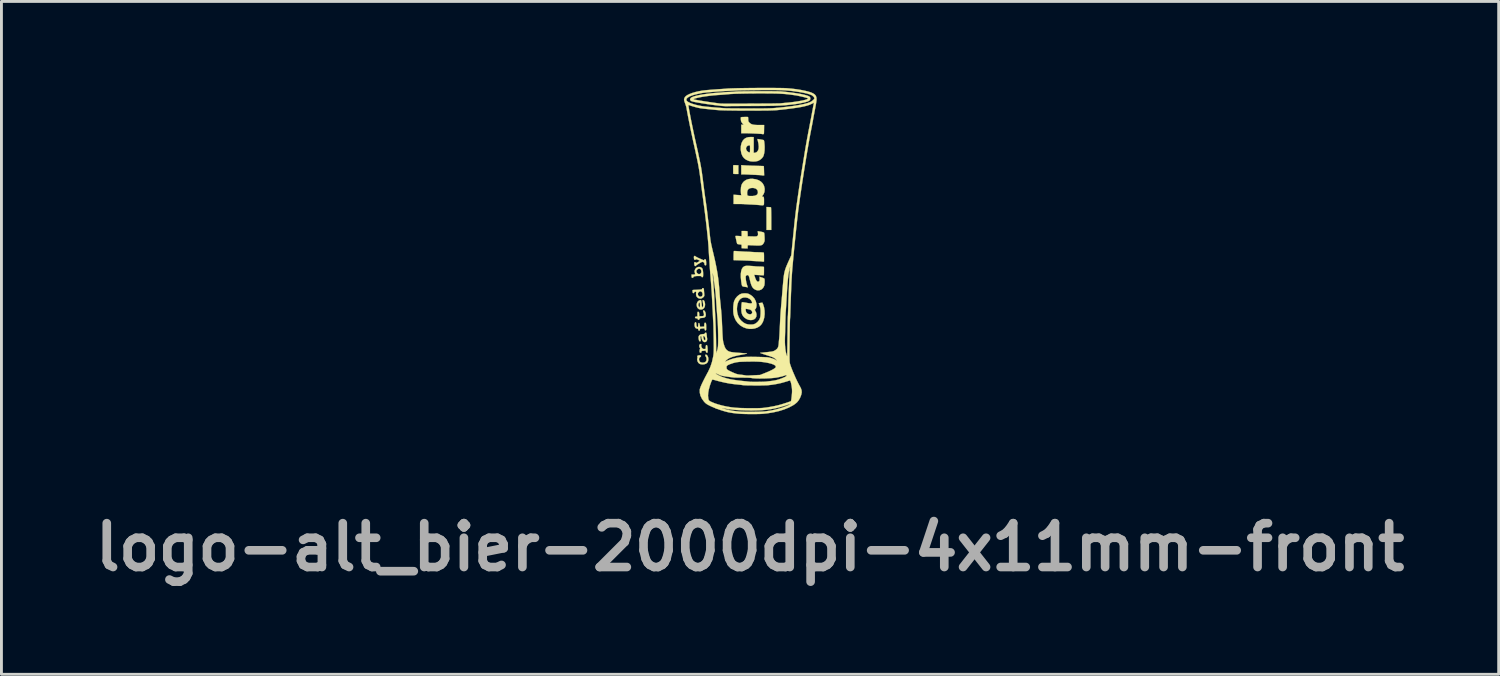
<source format=kicad_pcb>
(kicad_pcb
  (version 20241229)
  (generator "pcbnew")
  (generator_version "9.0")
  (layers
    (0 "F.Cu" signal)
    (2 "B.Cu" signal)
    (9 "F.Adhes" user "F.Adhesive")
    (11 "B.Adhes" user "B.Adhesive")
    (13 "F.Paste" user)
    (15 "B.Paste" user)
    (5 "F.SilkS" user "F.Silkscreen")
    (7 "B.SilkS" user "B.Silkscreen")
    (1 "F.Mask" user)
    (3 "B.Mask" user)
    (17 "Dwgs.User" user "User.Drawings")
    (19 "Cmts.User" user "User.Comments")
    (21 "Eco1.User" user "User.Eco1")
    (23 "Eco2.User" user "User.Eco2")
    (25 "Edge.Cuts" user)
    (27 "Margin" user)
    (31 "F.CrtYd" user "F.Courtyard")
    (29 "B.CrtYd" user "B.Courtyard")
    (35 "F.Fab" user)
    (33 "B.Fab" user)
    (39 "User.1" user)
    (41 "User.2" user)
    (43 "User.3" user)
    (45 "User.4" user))
  (footprint "logo-alt_bier-2000dpi-4x11mm-front"
    (layer "F.Cu")
    (at 23.012 5.663)
    (property "Reference" "logo-alt_bier-2000dpi-4x11mm-front" (at 0 10.3 0) (layer "F.Fab") (effects (font (size 1.524 1.524) (thickness 0.3))))
    (attr through_hole)
    (fp_poly (pts (xy 0.645 -1.517) (xy 0.686 -1.515) (xy 0.716 -1.513) (xy 0.727 -1.512) (xy 0.729 -1.5) (xy 0.732 -1.465) (xy 0.733 -1.411) (xy 0.735 -1.341) (xy 0.736 -1.257) (xy 0.737 -1.164) (xy 0.737 -1.118) (xy 0.737 -0.724) (xy 0.572 -0.724) (xy 0.572 -1.52) (xy 0.645 -1.517)) (stroke (width 0.01) (type solid)) (fill yes) (layer "F.SilkS"))
    (fp_poly (pts (xy -0.495 -2.974) (xy -0.406 -2.97) (xy -0.406 -2.667) (xy -0.495 -2.667) (xy -0.547 -2.669) (xy -0.576 -2.674) (xy -0.585 -2.683) (xy -0.585 -2.708) (xy -0.585 -2.75) (xy -0.585 -2.801) (xy -0.586 -2.855) (xy -0.586 -2.904) (xy -0.585 -2.941) (xy -0.585 -2.959) (xy -0.58 -2.969) (xy -0.563 -2.974) (xy -0.528 -2.975) (xy -0.495 -2.974)) (stroke (width 0.01) (type solid)) (fill yes) (layer "F.SilkS"))
    (fp_poly (pts (xy -0.187 -2.967) (xy -0.138 -2.964) (xy -0.069 -2.961) (xy 0.013 -2.958) (xy 0.102 -2.954) (xy 0.192 -2.952) (xy 0.203 -2.951) (xy 0.284 -2.949) (xy 0.355 -2.947) (xy 0.413 -2.945) (xy 0.455 -2.943) (xy 0.476 -2.942) (xy 0.478 -2.942) (xy 0.479 -2.929) (xy 0.481 -2.896) (xy 0.483 -2.847) (xy 0.485 -2.787) (xy 0.485 -2.778) (xy 0.49 -2.616) (xy 0.45 -2.616) (xy 0.421 -2.618) (xy 0.405 -2.622) (xy 0.405 -2.622) (xy 0.391 -2.625) (xy 0.356 -2.628) (xy 0.305 -2.631) (xy 0.242 -2.634) (xy 0.209 -2.636) (xy 0.136 -2.639) (xy 0.067 -2.642) (xy 0.007 -2.645) (xy -0.035 -2.647) (xy -0.044 -2.648) (xy -0.09 -2.65) (xy -0.148 -2.652) (xy -0.206 -2.653) (xy -0.305 -2.654) (xy -0.305 -2.975) (xy -0.187 -2.967)) (stroke (width 0.01) (type solid)) (fill yes) (layer "F.SilkS"))
    (fp_poly (pts (xy -1.528 3.609) (xy -1.499 3.626) (xy -1.473 3.662) (xy -1.455 3.708) (xy -1.448 3.759) (xy -1.448 3.762) (xy -1.457 3.834) (xy -1.485 3.889) (xy -1.532 3.926) (xy -1.596 3.946) (xy -1.645 3.95) (xy -1.71 3.944) (xy -1.757 3.927) (xy -1.761 3.925) (xy -1.799 3.889) (xy -1.825 3.839) (xy -1.837 3.784) (xy -1.832 3.741) (xy -1.826 3.708) (xy -1.829 3.683) (xy -1.83 3.682) (xy -1.833 3.659) (xy -1.814 3.642) (xy -1.777 3.633) (xy -1.757 3.632) (xy -1.722 3.634) (xy -1.706 3.641) (xy -1.702 3.657) (xy -1.702 3.658) (xy -1.713 3.683) (xy -1.732 3.695) (xy -1.759 3.717) (xy -1.773 3.753) (xy -1.772 3.795) (xy -1.759 3.835) (xy -1.733 3.865) (xy -1.723 3.871) (xy -1.669 3.888) (xy -1.612 3.887) (xy -1.563 3.871) (xy -1.542 3.855) (xy -1.518 3.814) (xy -1.51 3.763) (xy -1.519 3.712) (xy -1.538 3.678) (xy -1.555 3.647) (xy -1.555 3.622) (xy -1.541 3.609) (xy -1.528 3.609)) (stroke (width 0.01) (type solid)) (fill yes) (layer "F.SilkS"))
    (fp_poly (pts (xy -1.584 2.084) (xy -1.564 2.114) (xy -1.548 2.156) (xy -1.539 2.205) (xy -1.538 2.224) (xy -1.543 2.272) (xy -1.564 2.305) (xy -1.604 2.325) (xy -1.665 2.334) (xy -1.668 2.334) (xy -1.713 2.338) (xy -1.739 2.344) (xy -1.751 2.354) (xy -1.755 2.367) (xy -1.766 2.389) (xy -1.786 2.399) (xy -1.806 2.396) (xy -1.816 2.38) (xy -1.816 2.377) (xy -1.822 2.359) (xy -1.842 2.35) (xy -1.864 2.347) (xy -1.896 2.341) (xy -1.91 2.329) (xy -1.911 2.318) (xy -1.905 2.299) (xy -1.881 2.29) (xy -1.87 2.288) (xy -1.829 2.284) (xy -1.829 2.203) (xy -1.828 2.158) (xy -1.824 2.133) (xy -1.816 2.123) (xy -1.805 2.121) (xy -1.784 2.128) (xy -1.771 2.15) (xy -1.766 2.192) (xy -1.765 2.217) (xy -1.765 2.273) (xy -1.703 2.273) (xy -1.662 2.272) (xy -1.629 2.268) (xy -1.62 2.266) (xy -1.605 2.247) (xy -1.601 2.212) (xy -1.609 2.166) (xy -1.62 2.137) (xy -1.631 2.1) (xy -1.627 2.079) (xy -1.626 2.078) (xy -1.605 2.071) (xy -1.584 2.084)) (stroke (width 0.01) (type solid)) (fill yes) (layer "F.SilkS"))
    (fp_poly (pts (xy -1.702 1.723) (xy -1.692 1.751) (xy -1.685 1.801) (xy -1.682 1.841) (xy -1.677 1.895) (xy -1.672 1.937) (xy -1.666 1.963) (xy -1.663 1.968) (xy -1.649 1.959) (xy -1.637 1.941) (xy -1.629 1.909) (xy -1.63 1.859) (xy -1.64 1.787) (xy -1.646 1.755) (xy -1.65 1.726) (xy -1.644 1.716) (xy -1.624 1.717) (xy -1.599 1.732) (xy -1.58 1.769) (xy -1.567 1.823) (xy -1.563 1.877) (xy -1.572 1.94) (xy -1.599 1.991) (xy -1.639 2.026) (xy -1.689 2.043) (xy -1.744 2.04) (xy -1.781 2.025) (xy -1.821 1.99) (xy -1.845 1.942) (xy -1.854 1.886) (xy -1.852 1.868) (xy -1.796 1.868) (xy -1.795 1.896) (xy -1.785 1.924) (xy -1.768 1.958) (xy -1.754 1.967) (xy -1.745 1.951) (xy -1.74 1.911) (xy -1.74 1.887) (xy -1.742 1.834) (xy -1.75 1.804) (xy -1.761 1.798) (xy -1.776 1.816) (xy -1.785 1.834) (xy -1.796 1.868) (xy -1.852 1.868) (xy -1.848 1.83) (xy -1.827 1.779) (xy -1.791 1.741) (xy -1.778 1.734) (xy -1.742 1.717) (xy -1.718 1.712) (xy -1.702 1.723)) (stroke (width 0.01) (type solid)) (fill yes) (layer "F.SilkS"))
    (fp_poly (pts (xy -1.695 3.242) (xy -1.691 3.257) (xy -1.695 3.284) (xy -1.697 3.319) (xy -1.687 3.348) (xy -1.67 3.374) (xy -1.645 3.402) (xy -1.621 3.413) (xy -1.589 3.414) (xy -1.543 3.41) (xy -1.539 3.343) (xy -1.535 3.303) (xy -1.528 3.283) (xy -1.515 3.277) (xy -1.512 3.277) (xy -1.496 3.285) (xy -1.484 3.313) (xy -1.477 3.362) (xy -1.474 3.434) (xy -1.473 3.458) (xy -1.474 3.503) (xy -1.477 3.529) (xy -1.485 3.541) (xy -1.498 3.543) (xy -1.499 3.543) (xy -1.52 3.535) (xy -1.532 3.506) (xy -1.532 3.504) (xy -1.541 3.477) (xy -1.555 3.469) (xy -1.578 3.472) (xy -1.62 3.478) (xy -1.653 3.48) (xy -1.679 3.484) (xy -1.688 3.499) (xy -1.689 3.512) (xy -1.695 3.537) (xy -1.712 3.543) (xy -1.737 3.539) (xy -1.744 3.535) (xy -1.751 3.516) (xy -1.753 3.484) (xy -1.75 3.45) (xy -1.744 3.423) (xy -1.738 3.413) (xy -1.731 3.403) (xy -1.743 3.379) (xy -1.744 3.378) (xy -1.762 3.337) (xy -1.765 3.297) (xy -1.754 3.263) (xy -1.729 3.242) (xy -1.711 3.239) (xy -1.695 3.242)) (stroke (width 0.01) (type solid)) (fill yes) (layer "F.SilkS"))
    (fp_poly (pts (xy -0.503 0.01) (xy -0.455 0.013) (xy -0.442 0.014) (xy -0.392 0.018) (xy -0.325 0.022) (xy -0.247 0.027) (xy -0.166 0.031) (xy -0.135 0.032) (xy -0.062 0.035) (xy 0.004 0.039) (xy 0.059 0.042) (xy 0.096 0.044) (xy 0.108 0.045) (xy 0.135 0.047) (xy 0.181 0.049) (xy 0.24 0.051) (xy 0.305 0.052) (xy 0.308 0.052) (xy 0.37 0.054) (xy 0.422 0.057) (xy 0.46 0.061) (xy 0.477 0.066) (xy 0.478 0.066) (xy 0.481 0.083) (xy 0.483 0.12) (xy 0.485 0.171) (xy 0.485 0.226) (xy 0.485 0.375) (xy 0.452 0.376) (xy 0.427 0.376) (xy 0.416 0.374) (xy 0.403 0.372) (xy 0.369 0.369) (xy 0.318 0.366) (xy 0.257 0.363) (xy 0.235 0.362) (xy 0.167 0.358) (xy 0.107 0.355) (xy 0.059 0.352) (xy 0.03 0.349) (xy 0.026 0.348) (xy 0.004 0.347) (xy -0.038 0.344) (xy -0.098 0.342) (xy -0.171 0.339) (xy -0.252 0.336) (xy -0.288 0.335) (xy -0.572 0.326) (xy -0.572 0.171) (xy -0.57 0.096) (xy -0.567 0.044) (xy -0.562 0.016) (xy -0.558 0.01) (xy -0.539 0.009) (xy -0.503 0.01)) (stroke (width 0.01) (type solid)) (fill yes) (layer "F.SilkS"))
    (fp_poly (pts (xy -0.09 -4.649) (xy -0.086 -4.649) (xy -0.073 -4.645) (xy -0.066 -4.629) (xy -0.064 -4.596) (xy -0.064 -4.571) (xy -0.062 -4.526) (xy -0.056 -4.496) (xy -0.041 -4.472) (xy -0.016 -4.445) (xy 0.017 -4.418) (xy 0.055 -4.397) (xy 0.103 -4.383) (xy 0.164 -4.374) (xy 0.243 -4.37) (xy 0.328 -4.369) (xy 0.489 -4.369) (xy 0.487 -4.239) (xy 0.486 -4.181) (xy 0.485 -4.13) (xy 0.484 -4.093) (xy 0.483 -4.08) (xy 0.476 -4.057) (xy 0.453 -4.051) (xy 0.428 -4.053) (xy 0.418 -4.056) (xy 0.404 -4.059) (xy 0.368 -4.062) (xy 0.316 -4.065) (xy 0.251 -4.069) (xy 0.177 -4.073) (xy 0.098 -4.076) (xy 0.02 -4.079) (xy -0.055 -4.081) (xy -0.121 -4.083) (xy -0.175 -4.083) (xy -0.305 -4.083) (xy -0.305 -4.381) (xy -0.224 -4.381) (xy -0.256 -4.416) (xy -0.283 -4.449) (xy -0.304 -4.48) (xy -0.305 -4.482) (xy -0.312 -4.507) (xy -0.318 -4.545) (xy -0.321 -4.586) (xy -0.321 -4.621) (xy -0.317 -4.64) (xy -0.316 -4.641) (xy -0.302 -4.643) (xy -0.27 -4.646) (xy -0.226 -4.648) (xy -0.176 -4.649) (xy -0.129 -4.65) (xy -0.09 -4.649)) (stroke (width 0.01) (type solid)) (fill yes) (layer "F.SilkS"))
    (fp_poly (pts (xy -1.525 2.848) (xy -1.516 2.862) (xy -1.51 2.893) (xy -1.507 2.924) (xy -1.501 2.977) (xy -1.495 3.027) (xy -1.491 3.054) (xy -1.493 3.104) (xy -1.511 3.142) (xy -1.541 3.167) (xy -1.577 3.175) (xy -1.615 3.163) (xy -1.636 3.145) (xy -1.665 3.1) (xy -1.684 3.041) (xy -1.689 2.995) (xy -1.691 2.98) (xy -1.625 2.98) (xy -1.623 3.015) (xy -1.622 3.016) (xy -1.613 3.06) (xy -1.598 3.091) (xy -1.581 3.108) (xy -1.566 3.108) (xy -1.554 3.088) (xy -1.552 3.077) (xy -1.554 3.045) (xy -1.566 3.009) (xy -1.583 2.978) (xy -1.602 2.96) (xy -1.608 2.959) (xy -1.62 2.963) (xy -1.625 2.98) (xy -1.691 2.98) (xy -1.693 2.97) (xy -1.705 2.966) (xy -1.71 2.968) (xy -1.722 2.978) (xy -1.726 3) (xy -1.722 3.034) (xy -1.717 3.075) (xy -1.712 3.109) (xy -1.711 3.118) (xy -1.717 3.14) (xy -1.736 3.147) (xy -1.756 3.145) (xy -1.769 3.128) (xy -1.777 3.103) (xy -1.79 3.029) (xy -1.784 2.972) (xy -1.758 2.931) (xy -1.712 2.906) (xy -1.646 2.896) (xy -1.632 2.896) (xy -1.595 2.893) (xy -1.577 2.883) (xy -1.571 2.87) (xy -1.555 2.849) (xy -1.539 2.845) (xy -1.525 2.848)) (stroke (width 0.01) (type solid)) (fill yes) (layer "F.SilkS"))
    (fp_poly (pts (xy -1.879 2.487) (xy -1.869 2.515) (xy -1.867 2.548) (xy -1.862 2.601) (xy -1.848 2.638) (xy -1.827 2.654) (xy -1.823 2.654) (xy -1.811 2.646) (xy -1.804 2.618) (xy -1.801 2.581) (xy -1.797 2.537) (xy -1.789 2.514) (xy -1.778 2.508) (xy -1.764 2.519) (xy -1.752 2.553) (xy -1.748 2.576) (xy -1.736 2.643) (xy -1.665 2.639) (xy -1.594 2.635) (xy -1.59 2.569) (xy -1.586 2.529) (xy -1.579 2.508) (xy -1.566 2.502) (xy -1.563 2.502) (xy -1.546 2.505) (xy -1.535 2.519) (xy -1.528 2.546) (xy -1.525 2.59) (xy -1.524 2.655) (xy -1.524 2.709) (xy -1.526 2.743) (xy -1.531 2.761) (xy -1.54 2.768) (xy -1.549 2.769) (xy -1.569 2.761) (xy -1.575 2.738) (xy -1.577 2.714) (xy -1.588 2.701) (xy -1.612 2.697) (xy -1.654 2.7) (xy -1.667 2.701) (xy -1.708 2.706) (xy -1.73 2.714) (xy -1.74 2.727) (xy -1.742 2.742) (xy -1.753 2.771) (xy -1.771 2.779) (xy -1.789 2.766) (xy -1.797 2.744) (xy -1.807 2.716) (xy -1.827 2.706) (xy -1.841 2.705) (xy -1.876 2.696) (xy -1.899 2.68) (xy -1.916 2.647) (xy -1.926 2.602) (xy -1.928 2.554) (xy -1.922 2.514) (xy -1.914 2.497) (xy -1.894 2.48) (xy -1.879 2.487)) (stroke (width 0.01) (type solid)) (fill yes) (layer "F.SilkS"))
    (fp_poly (pts (xy -1.735 0.565) (xy -1.688 0.586) (xy -1.655 0.621) (xy -1.646 0.648) (xy -1.638 0.691) (xy -1.632 0.744) (xy -1.63 0.799) (xy -1.63 0.85) (xy -1.633 0.89) (xy -1.64 0.91) (xy -1.661 0.92) (xy -1.681 0.912) (xy -1.689 0.894) (xy -1.696 0.884) (xy -1.72 0.878) (xy -1.764 0.876) (xy -1.77 0.876) (xy -1.855 0.878) (xy -1.916 0.885) (xy -1.953 0.896) (xy -1.968 0.913) (xy -1.968 0.916) (xy -1.978 0.934) (xy -2.001 0.941) (xy -2.023 0.932) (xy -2.024 0.931) (xy -2.029 0.914) (xy -2.032 0.882) (xy -2.032 0.874) (xy -2.032 0.826) (xy -1.967 0.826) (xy -1.929 0.825) (xy -1.911 0.82) (xy -1.907 0.81) (xy -1.91 0.797) (xy -1.923 0.745) (xy -1.925 0.718) (xy -1.867 0.718) (xy -1.856 0.754) (xy -1.829 0.787) (xy -1.793 0.809) (xy -1.772 0.813) (xy -1.739 0.804) (xy -1.714 0.787) (xy -1.695 0.751) (xy -1.692 0.707) (xy -1.705 0.664) (xy -1.732 0.632) (xy -1.732 0.632) (xy -1.766 0.623) (xy -1.804 0.632) (xy -1.838 0.656) (xy -1.861 0.689) (xy -1.867 0.718) (xy -1.925 0.718) (xy -1.926 0.707) (xy -1.92 0.674) (xy -1.913 0.657) (xy -1.882 0.608) (xy -1.838 0.576) (xy -1.787 0.562) (xy -1.735 0.565)) (stroke (width 0.01) (type solid)) (fill yes) (layer "F.SilkS"))
    (fp_poly (pts (xy -1.618 1.304) (xy -1.608 1.32) (xy -1.603 1.352) (xy -1.603 1.365) (xy -1.599 1.417) (xy -1.594 1.475) (xy -1.592 1.502) (xy -1.589 1.544) (xy -1.592 1.571) (xy -1.605 1.594) (xy -1.629 1.619) (xy -1.68 1.654) (xy -1.734 1.664) (xy -1.791 1.649) (xy -1.812 1.638) (xy -1.854 1.597) (xy -1.875 1.542) (xy -1.875 1.502) (xy -1.816 1.502) (xy -1.806 1.545) (xy -1.781 1.577) (xy -1.747 1.596) (xy -1.709 1.597) (xy -1.674 1.579) (xy -1.67 1.574) (xy -1.65 1.537) (xy -1.648 1.496) (xy -1.66 1.456) (xy -1.685 1.425) (xy -1.72 1.41) (xy -1.727 1.41) (xy -1.763 1.421) (xy -1.795 1.449) (xy -1.814 1.485) (xy -1.816 1.502) (xy -1.875 1.502) (xy -1.875 1.479) (xy -1.871 1.444) (xy -1.875 1.428) (xy -1.888 1.423) (xy -1.9 1.422) (xy -1.929 1.431) (xy -1.939 1.448) (xy -1.954 1.468) (xy -1.969 1.473) (xy -1.986 1.465) (xy -1.995 1.438) (xy -1.997 1.426) (xy -2 1.392) (xy -1.998 1.37) (xy -1.998 1.368) (xy -1.983 1.363) (xy -1.951 1.36) (xy -1.925 1.359) (xy -1.877 1.358) (xy -1.818 1.355) (xy -1.761 1.351) (xy -1.711 1.346) (xy -1.682 1.34) (xy -1.668 1.332) (xy -1.664 1.32) (xy -1.664 1.318) (xy -1.657 1.3) (xy -1.635 1.298) (xy -1.618 1.304)) (stroke (width 0.01) (type solid)) (fill yes) (layer "F.SilkS"))
    (fp_poly (pts (xy -1.909 0.182) (xy -1.896 0.195) (xy -1.882 0.206) (xy -1.849 0.223) (xy -1.805 0.246) (xy -1.754 0.269) (xy -1.702 0.292) (xy -1.656 0.312) (xy -1.62 0.325) (xy -1.601 0.33) (xy -1.589 0.32) (xy -1.587 0.311) (xy -1.577 0.295) (xy -1.564 0.292) (xy -1.545 0.301) (xy -1.532 0.331) (xy -1.526 0.382) (xy -1.524 0.441) (xy -1.525 0.48) (xy -1.529 0.5) (xy -1.539 0.507) (xy -1.553 0.506) (xy -1.573 0.497) (xy -1.583 0.475) (xy -1.585 0.455) (xy -1.592 0.421) (xy -1.611 0.401) (xy -1.626 0.394) (xy -1.645 0.387) (xy -1.664 0.387) (xy -1.688 0.396) (xy -1.724 0.414) (xy -1.766 0.439) (xy -1.812 0.467) (xy -1.849 0.492) (xy -1.871 0.51) (xy -1.876 0.516) (xy -1.892 0.531) (xy -1.905 0.533) (xy -1.92 0.527) (xy -1.93 0.503) (xy -1.935 0.475) (xy -1.938 0.438) (xy -1.938 0.411) (xy -1.936 0.405) (xy -1.917 0.394) (xy -1.895 0.4) (xy -1.884 0.413) (xy -1.876 0.422) (xy -1.86 0.419) (xy -1.829 0.404) (xy -1.818 0.398) (xy -1.775 0.373) (xy -1.754 0.356) (xy -1.752 0.344) (xy -1.77 0.331) (xy -1.797 0.319) (xy -1.848 0.299) (xy -1.879 0.293) (xy -1.892 0.301) (xy -1.892 0.305) (xy -1.903 0.315) (xy -1.916 0.318) (xy -1.934 0.31) (xy -1.944 0.285) (xy -1.948 0.268) (xy -1.951 0.23) (xy -1.949 0.202) (xy -1.948 0.198) (xy -1.931 0.18) (xy -1.909 0.182)) (stroke (width 0.01) (type solid)) (fill yes) (layer "F.SilkS"))
    (fp_poly (pts (xy -0.134 -0.684) (xy -0.101 -0.68) (xy -0.088 -0.672) (xy -0.088 -0.67) (xy -0.087 -0.649) (xy -0.085 -0.612) (xy -0.084 -0.578) (xy -0.083 -0.502) (xy 0.074 -0.498) (xy 0.141 -0.496) (xy 0.188 -0.497) (xy 0.219 -0.5) (xy 0.24 -0.505) (xy 0.254 -0.514) (xy 0.257 -0.517) (xy 0.271 -0.534) (xy 0.277 -0.557) (xy 0.277 -0.593) (xy 0.275 -0.61) (xy 0.268 -0.681) (xy 0.375 -0.662) (xy 0.437 -0.649) (xy 0.475 -0.636) (xy 0.49 -0.623) (xy 0.494 -0.603) (xy 0.498 -0.563) (xy 0.502 -0.511) (xy 0.504 -0.47) (xy 0.506 -0.408) (xy 0.506 -0.365) (xy 0.502 -0.334) (xy 0.494 -0.307) (xy 0.48 -0.279) (xy 0.459 -0.243) (xy 0.436 -0.216) (xy 0.406 -0.198) (xy 0.367 -0.187) (xy 0.313 -0.182) (xy 0.241 -0.182) (xy 0.171 -0.184) (xy 0.102 -0.188) (xy 0.039 -0.19) (xy -0.011 -0.193) (xy -0.044 -0.194) (xy -0.051 -0.195) (xy -0.07 -0.194) (xy -0.08 -0.183) (xy -0.083 -0.156) (xy -0.084 -0.14) (xy -0.085 -0.083) (xy -0.135 -0.082) (xy -0.182 -0.083) (xy -0.232 -0.086) (xy -0.238 -0.086) (xy -0.292 -0.09) (xy -0.292 -0.153) (xy -0.294 -0.192) (xy -0.3 -0.211) (xy -0.313 -0.216) (xy -0.314 -0.216) (xy -0.351 -0.219) (xy -0.391 -0.225) (xy -0.426 -0.232) (xy -0.445 -0.239) (xy -0.446 -0.239) (xy -0.451 -0.254) (xy -0.46 -0.287) (xy -0.471 -0.332) (xy -0.482 -0.382) (xy -0.493 -0.432) (xy -0.502 -0.475) (xy -0.507 -0.504) (xy -0.508 -0.512) (xy -0.496 -0.515) (xy -0.465 -0.516) (xy -0.42 -0.515) (xy -0.4 -0.513) (xy -0.292 -0.505) (xy -0.292 -0.686) (xy -0.191 -0.686) (xy -0.134 -0.684)) (stroke (width 0.01) (type solid)) (fill yes) (layer "F.SilkS"))
    (fp_poly (pts (xy 0.086 -3.951) (xy 0.127 -3.95) (xy 0.127 -3.404) (xy 0.163 -3.404) (xy 0.2 -3.412) (xy 0.232 -3.429) (xy 0.273 -3.476) (xy 0.297 -3.539) (xy 0.303 -3.619) (xy 0.293 -3.716) (xy 0.28 -3.778) (xy 0.269 -3.825) (xy 0.262 -3.861) (xy 0.259 -3.881) (xy 0.259 -3.883) (xy 0.272 -3.882) (xy 0.303 -3.878) (xy 0.345 -3.871) (xy 0.39 -3.863) (xy 0.432 -3.855) (xy 0.464 -3.848) (xy 0.478 -3.844) (xy 0.478 -3.844) (xy 0.485 -3.825) (xy 0.493 -3.787) (xy 0.499 -3.734) (xy 0.504 -3.673) (xy 0.507 -3.609) (xy 0.507 -3.602) (xy 0.505 -3.492) (xy 0.493 -3.395) (xy 0.473 -3.314) (xy 0.457 -3.275) (xy 0.417 -3.22) (xy 0.361 -3.17) (xy 0.297 -3.131) (xy 0.262 -3.118) (xy 0.187 -3.103) (xy 0.103 -3.1) (xy 0.02 -3.107) (xy -0.047 -3.122) (xy -0.14 -3.165) (xy -0.213 -3.223) (xy -0.267 -3.296) (xy -0.303 -3.387) (xy -0.321 -3.495) (xy -0.323 -3.524) (xy -0.323 -3.536) (xy -0.14 -3.536) (xy -0.12 -3.488) (xy -0.097 -3.459) (xy -0.065 -3.434) (xy -0.037 -3.418) (xy -0.027 -3.416) (xy -0.015 -3.418) (xy -0.007 -3.425) (xy -0.002 -3.443) (xy -0.001 -3.477) (xy -0.00001 -3.53) (xy 0 -3.545) (xy -0.000455 -3.603) (xy -0.002 -3.64) (xy -0.006 -3.66) (xy -0.013 -3.667) (xy -0.02 -3.665) (xy -0.049 -3.658) (xy -0.059 -3.658) (xy -0.08 -3.649) (xy -0.106 -3.629) (xy -0.109 -3.626) (xy -0.136 -3.583) (xy -0.14 -3.536) (xy -0.323 -3.536) (xy -0.319 -3.64) (xy -0.296 -3.74) (xy -0.255 -3.822) (xy -0.214 -3.87) (xy -0.168 -3.907) (xy -0.117 -3.932) (xy -0.056 -3.947) (xy 0.02 -3.952) (xy 0.086 -3.951)) (stroke (width 0.01) (type solid)) (fill yes) (layer "F.SilkS"))
    (fp_poly (pts (xy 0.094 -2.499) (xy 0.206 -2.483) (xy 0.302 -2.449) (xy 0.382 -2.399) (xy 0.443 -2.335) (xy 0.485 -2.257) (xy 0.506 -2.168) (xy 0.508 -2.127) (xy 0.5 -2.046) (xy 0.475 -1.977) (xy 0.442 -1.927) (xy 0.421 -1.897) (xy 0.419 -1.881) (xy 0.437 -1.877) (xy 0.453 -1.878) (xy 0.467 -1.876) (xy 0.476 -1.862) (xy 0.482 -1.834) (xy 0.485 -1.788) (xy 0.485 -1.719) (xy 0.485 -1.716) (xy 0.485 -1.657) (xy 0.483 -1.616) (xy 0.474 -1.592) (xy 0.455 -1.581) (xy 0.422 -1.579) (xy 0.37 -1.583) (xy 0.324 -1.588) (xy 0.274 -1.592) (xy 0.206 -1.597) (xy 0.128 -1.602) (xy 0.049 -1.606) (xy 0.025 -1.607) (xy -0.044 -1.61) (xy -0.105 -1.614) (xy -0.153 -1.617) (xy -0.183 -1.619) (xy -0.191 -1.62) (xy -0.21 -1.621) (xy -0.249 -1.623) (xy -0.303 -1.624) (xy -0.368 -1.624) (xy -0.391 -1.625) (xy -0.572 -1.626) (xy -0.572 -1.946) (xy -0.302 -1.928) (xy -0.311 -1.956) (xy -0.315 -1.981) (xy -0.318 -2.017) (xy -0.101 -2.017) (xy -0.1 -1.964) (xy -0.093 -1.931) (xy -0.076 -1.913) (xy -0.045 -1.905) (xy -0.008 -1.902) (xy 0.091 -1.902) (xy 0.168 -1.913) (xy 0.222 -1.935) (xy 0.24 -1.949) (xy 0.264 -1.98) (xy 0.272 -2.019) (xy 0.273 -2.037) (xy 0.262 -2.094) (xy 0.23 -2.138) (xy 0.179 -2.168) (xy 0.109 -2.183) (xy 0.076 -2.184) (xy 0.005 -2.175) (xy -0.049 -2.149) (xy -0.084 -2.105) (xy -0.1 -2.043) (xy -0.101 -2.017) (xy -0.318 -2.017) (xy -0.318 -2.024) (xy -0.32 -2.077) (xy -0.32 -2.107) (xy -0.315 -2.202) (xy -0.299 -2.278) (xy -0.27 -2.34) (xy -0.226 -2.395) (xy -0.206 -2.414) (xy -0.139 -2.46) (xy -0.064 -2.488) (xy 0.025 -2.5) (xy 0.094 -2.499)) (stroke (width 0.01) (type solid)) (fill yes) (layer "F.SilkS"))
    (fp_poly (pts (xy -0.037 0.525) (xy 0.012 0.527) (xy 0.073 0.531) (xy 0.124 0.535) (xy 0.161 0.538) (xy 0.178 0.54) (xy 0.179 0.541) (xy 0.194 0.543) (xy 0.229 0.545) (xy 0.278 0.547) (xy 0.334 0.548) (xy 0.399 0.55) (xy 0.442 0.553) (xy 0.468 0.557) (xy 0.481 0.563) (xy 0.483 0.571) (xy 0.484 0.591) (xy 0.484 0.631) (xy 0.484 0.683) (xy 0.484 0.724) (xy 0.483 0.784) (xy 0.482 0.822) (xy 0.478 0.844) (xy 0.471 0.854) (xy 0.461 0.855) (xy 0.461 0.855) (xy 0.44 0.853) (xy 0.4 0.851) (xy 0.346 0.847) (xy 0.291 0.844) (xy 0.143 0.835) (xy 0.174 0.929) (xy 0.193 0.979) (xy 0.214 1.023) (xy 0.233 1.052) (xy 0.235 1.053) (xy 0.259 1.073) (xy 0.279 1.076) (xy 0.298 1.069) (xy 0.317 1.057) (xy 0.328 1.038) (xy 0.332 1.007) (xy 0.332 0.958) (xy 0.331 0.95) (xy 0.329 0.903) (xy 0.409 0.93) (xy 0.451 0.945) (xy 0.484 0.96) (xy 0.498 0.97) (xy 0.504 0.992) (xy 0.507 1.032) (xy 0.507 1.081) (xy 0.505 1.133) (xy 0.5 1.18) (xy 0.495 1.209) (xy 0.468 1.267) (xy 0.427 1.319) (xy 0.381 1.353) (xy 0.312 1.376) (xy 0.243 1.374) (xy 0.181 1.352) (xy 0.136 1.324) (xy 0.099 1.289) (xy 0.068 1.242) (xy 0.041 1.181) (xy 0.016 1.101) (xy -0.006 1.01) (xy -0.018 0.96) (xy -0.03 0.915) (xy -0.04 0.886) (xy -0.062 0.853) (xy -0.092 0.843) (xy -0.125 0.856) (xy -0.129 0.859) (xy -0.143 0.874) (xy -0.15 0.893) (xy -0.152 0.923) (xy -0.149 0.97) (xy -0.149 0.978) (xy -0.141 1.04) (xy -0.127 1.11) (xy -0.11 1.173) (xy -0.078 1.272) (xy -0.106 1.265) (xy -0.134 1.26) (xy -0.176 1.253) (xy -0.201 1.25) (xy -0.233 1.245) (xy -0.257 1.237) (xy -0.273 1.221) (xy -0.285 1.195) (xy -0.294 1.153) (xy -0.303 1.091) (xy -0.308 1.058) (xy -0.321 0.921) (xy -0.321 0.803) (xy -0.308 0.706) (xy -0.283 0.629) (xy -0.245 0.572) (xy -0.194 0.538) (xy -0.169 0.53) (xy -0.138 0.525) (xy -0.095 0.523) (xy -0.037 0.525)) (stroke (width 0.01) (type solid)) (fill yes) (layer "F.SilkS"))
    (fp_poly (pts (xy -0.13 1.481) (xy -0.09 1.486) (xy -0.055 1.497) (xy -0.014 1.517) (xy -0.002 1.523) (xy 0.084 1.584) (xy 0.151 1.66) (xy 0.198 1.75) (xy 0.223 1.848) (xy 0.225 1.905) (xy 0.217 1.96) (xy 0.202 2.005) (xy 0.181 2.033) (xy 0.179 2.034) (xy 0.165 2.045) (xy 0.165 2.058) (xy 0.177 2.08) (xy 0.185 2.092) (xy 0.213 2.152) (xy 0.225 2.219) (xy 0.219 2.283) (xy 0.216 2.292) (xy 0.187 2.345) (xy 0.141 2.382) (xy 0.083 2.404) (xy 0.018 2.409) (xy -0.052 2.399) (xy -0.121 2.372) (xy -0.186 2.329) (xy -0.205 2.312) (xy -0.245 2.267) (xy -0.274 2.217) (xy -0.292 2.16) (xy -0.302 2.089) (xy -0.302 2.056) (xy -0.152 2.056) (xy -0.146 2.097) (xy -0.133 2.135) (xy -0.104 2.17) (xy -0.063 2.195) (xy -0.017 2.208) (xy 0.025 2.206) (xy 0.056 2.19) (xy 0.075 2.156) (xy 0.072 2.117) (xy 0.051 2.08) (xy 0.014 2.052) (xy -0.02 2.039) (xy -0.065 2.028) (xy -0.087 2.025) (xy -0.152 2.016) (xy -0.152 2.056) (xy -0.302 2.056) (xy -0.303 2) (xy -0.301 1.952) (xy -0.298 1.892) (xy -0.293 1.841) (xy -0.288 1.805) (xy -0.283 1.79) (xy -0.267 1.787) (xy -0.231 1.79) (xy -0.181 1.798) (xy -0.146 1.804) (xy -0.063 1.82) (xy -0.003 1.828) (xy 0.038 1.829) (xy 0.061 1.821) (xy 0.07 1.804) (xy 0.066 1.778) (xy 0.062 1.766) (xy 0.027 1.71) (xy -0.024 1.666) (xy -0.088 1.636) (xy -0.159 1.622) (xy -0.231 1.626) (xy -0.298 1.649) (xy -0.305 1.652) (xy -0.357 1.695) (xy -0.399 1.758) (xy -0.43 1.836) (xy -0.449 1.925) (xy -0.456 2.021) (xy -0.449 2.12) (xy -0.428 2.217) (xy -0.398 2.3) (xy -0.355 2.373) (xy -0.293 2.442) (xy -0.222 2.499) (xy -0.147 2.539) (xy -0.146 2.539) (xy -0.073 2.558) (xy 0.01 2.565) (xy 0.092 2.561) (xy 0.141 2.551) (xy 0.202 2.521) (xy 0.26 2.473) (xy 0.31 2.412) (xy 0.326 2.383) (xy 0.342 2.348) (xy 0.353 2.313) (xy 0.36 2.271) (xy 0.364 2.213) (xy 0.366 2.182) (xy 0.367 2.086) (xy 0.36 2.006) (xy 0.344 1.937) (xy 0.322 1.876) (xy 0.31 1.846) (xy 0.305 1.826) (xy 0.306 1.824) (xy 0.321 1.82) (xy 0.352 1.814) (xy 0.37 1.811) (xy 0.428 1.802) (xy 0.454 1.863) (xy 0.487 1.968) (xy 0.505 2.083) (xy 0.507 2.202) (xy 0.494 2.318) (xy 0.465 2.425) (xy 0.439 2.486) (xy 0.407 2.541) (xy 0.374 2.583) (xy 0.331 2.621) (xy 0.315 2.634) (xy 0.243 2.674) (xy 0.155 2.702) (xy 0.059 2.715) (xy -0.04 2.713) (xy -0.124 2.698) (xy -0.242 2.654) (xy -0.345 2.59) (xy -0.432 2.508) (xy -0.501 2.409) (xy -0.55 2.296) (xy -0.575 2.196) (xy -0.583 2.116) (xy -0.585 2.027) (xy -0.582 1.936) (xy -0.573 1.849) (xy -0.559 1.775) (xy -0.547 1.738) (xy -0.505 1.657) (xy -0.445 1.585) (xy -0.374 1.528) (xy -0.351 1.515) (xy -0.31 1.496) (xy -0.271 1.486) (xy -0.224 1.481) (xy -0.184 1.48) (xy -0.13 1.481)) (stroke (width 0.01) (type solid)) (fill yes) (layer "F.SilkS"))
    (fp_poly (pts (xy 0.525 -5.544) (xy 0.644 -5.544) (xy 0.755 -5.543) (xy 0.856 -5.542) (xy 0.944 -5.541) (xy 1.015 -5.54) (xy 1.068 -5.538) (xy 1.099 -5.536) (xy 1.275 -5.517) (xy 1.427 -5.498) (xy 1.556 -5.481) (xy 1.663 -5.465) (xy 1.749 -5.45) (xy 1.791 -5.441) (xy 1.887 -5.419) (xy 1.961 -5.399) (xy 2.015 -5.381) (xy 2.053 -5.364) (xy 2.077 -5.345) (xy 2.09 -5.324) (xy 2.095 -5.298) (xy 2.095 -5.29) (xy 2.091 -5.258) (xy 2.074 -5.231) (xy 2.044 -5.207) (xy 1.998 -5.186) (xy 1.932 -5.166) (xy 1.845 -5.145) (xy 1.782 -5.132) (xy 1.709 -5.118) (xy 1.637 -5.105) (xy 1.575 -5.095) (xy 1.528 -5.089) (xy 1.518 -5.088) (xy 1.469 -5.083) (xy 1.407 -5.076) (xy 1.341 -5.069) (xy 1.321 -5.067) (xy 1.253 -5.06) (xy 1.183 -5.054) (xy 1.109 -5.049) (xy 1.028 -5.045) (xy 0.938 -5.041) (xy 0.836 -5.038) (xy 0.721 -5.036) (xy 0.59 -5.034) (xy 0.441 -5.032) (xy 0.271 -5.031) (xy 0.079 -5.031) (xy 0.046 -5.031) (xy -0.095 -5.03) (xy -0.229 -5.03) (xy -0.353 -5.029) (xy -0.466 -5.028) (xy -0.565 -5.028) (xy -0.648 -5.027) (xy -0.713 -5.026) (xy -0.757 -5.025) (xy -0.779 -5.024) (xy -0.78 -5.024) (xy -0.803 -5.023) (xy -0.845 -5.024) (xy -0.899 -5.027) (xy -0.946 -5.03) (xy -1.027 -5.037) (xy -1.123 -5.048) (xy -1.229 -5.061) (xy -1.342 -5.076) (xy -1.459 -5.092) (xy -1.574 -5.109) (xy -1.684 -5.127) (xy -1.786 -5.144) (xy -1.875 -5.16) (xy -1.946 -5.174) (xy -1.998 -5.187) (xy -2.003 -5.188) (xy -2.045 -5.203) (xy -2.067 -5.219) (xy -2.078 -5.24) (xy -2.078 -5.241) (xy -2.079 -5.265) (xy -1.964 -5.265) (xy -1.948 -5.258) (xy -1.925 -5.252) (xy -1.881 -5.243) (xy -1.818 -5.232) (xy -1.742 -5.219) (xy -1.654 -5.204) (xy -1.56 -5.189) (xy -1.462 -5.174) (xy -1.364 -5.159) (xy -1.271 -5.146) (xy -1.184 -5.134) (xy -1.109 -5.124) (xy -1.048 -5.116) (xy -1.022 -5.114) (xy -0.999 -5.113) (xy -0.954 -5.112) (xy -0.888 -5.111) (xy -0.804 -5.111) (xy -0.705 -5.111) (xy -0.593 -5.111) (xy -0.47 -5.111) (xy -0.339 -5.111) (xy -0.201 -5.111) (xy -0.06 -5.112) (xy 0.082 -5.112) (xy 0.224 -5.113) (xy 0.362 -5.114) (xy 0.494 -5.115) (xy 0.618 -5.116) (xy 0.731 -5.116) (xy 0.832 -5.117) (xy 0.917 -5.119) (xy 0.985 -5.12) (xy 1.032 -5.121) (xy 1.058 -5.122) (xy 1.06 -5.122) (xy 1.092 -5.126) (xy 1.139 -5.131) (xy 1.192 -5.136) (xy 1.2 -5.137) (xy 1.321 -5.147) (xy 1.439 -5.16) (xy 1.553 -5.175) (xy 1.66 -5.191) (xy 1.757 -5.208) (xy 1.842 -5.225) (xy 1.912 -5.242) (xy 1.966 -5.259) (xy 2.001 -5.275) (xy 2.014 -5.289) (xy 2.011 -5.296) (xy 1.993 -5.305) (xy 1.955 -5.317) (xy 1.901 -5.332) (xy 1.837 -5.348) (xy 1.767 -5.364) (xy 1.696 -5.379) (xy 1.628 -5.393) (xy 1.569 -5.403) (xy 1.568 -5.403) (xy 1.466 -5.417) (xy 1.373 -5.43) (xy 1.284 -5.44) (xy 1.196 -5.448) (xy 1.105 -5.454) (xy 1.009 -5.459) (xy 0.903 -5.463) (xy 0.784 -5.465) (xy 0.648 -5.466) (xy 0.492 -5.467) (xy 0.419 -5.467) (xy 0.238 -5.467) (xy 0.064 -5.466) (xy -0.099 -5.464) (xy -0.25 -5.461) (xy -0.386 -5.458) (xy -0.505 -5.455) (xy -0.605 -5.45) (xy -0.684 -5.446) (xy -0.73 -5.442) (xy -0.768 -5.438) (xy -0.815 -5.434) (xy -0.875 -5.429) (xy -0.952 -5.423) (xy -1.048 -5.416) (xy -1.143 -5.41) (xy -1.264 -5.4) (xy -1.387 -5.387) (xy -1.509 -5.371) (xy -1.626 -5.354) (xy -1.732 -5.335) (xy -1.825 -5.315) (xy -1.899 -5.296) (xy -1.937 -5.283) (xy -1.961 -5.272) (xy -1.964 -5.265) (xy -2.079 -5.265) (xy -2.08 -5.273) (xy -2.066 -5.301) (xy -2.035 -5.327) (xy -1.983 -5.351) (xy -1.911 -5.375) (xy -1.848 -5.391) (xy -1.754 -5.412) (xy -1.641 -5.432) (xy -1.515 -5.451) (xy -1.381 -5.468) (xy -1.246 -5.482) (xy -1.116 -5.492) (xy -1.086 -5.494) (xy -1.026 -5.497) (xy -0.976 -5.501) (xy -0.942 -5.504) (xy -0.927 -5.506) (xy -0.927 -5.506) (xy -0.913 -5.508) (xy -0.877 -5.51) (xy -0.826 -5.513) (xy -0.763 -5.517) (xy -0.73 -5.518) (xy -0.661 -5.522) (xy -0.598 -5.525) (xy -0.548 -5.529) (xy -0.515 -5.532) (xy -0.508 -5.533) (xy -0.486 -5.535) (xy -0.441 -5.537) (xy -0.376 -5.539) (xy -0.294 -5.54) (xy -0.198 -5.541) (xy -0.09 -5.542) (xy 0.026 -5.543) (xy 0.149 -5.544) (xy 0.275 -5.544) (xy 0.401 -5.544) (xy 0.525 -5.544)) (stroke (width 0.01) (type solid)) (fill yes) (layer "F.SilkS"))
    (fp_poly (pts (xy 0.774 -5.657) (xy 0.902 -5.656) (xy 1.018 -5.655) (xy 1.119 -5.653) (xy 1.201 -5.651) (xy 1.262 -5.648) (xy 1.27 -5.648) (xy 1.44 -5.633) (xy 1.609 -5.613) (xy 1.771 -5.587) (xy 1.918 -5.557) (xy 2.02 -5.532) (xy 2.119 -5.501) (xy 2.194 -5.467) (xy 2.249 -5.429) (xy 2.285 -5.385) (xy 2.305 -5.331) (xy 2.311 -5.266) (xy 2.311 -5.265) (xy 2.309 -5.231) (xy 2.302 -5.178) (xy 2.292 -5.109) (xy 2.278 -5.031) (xy 2.263 -4.949) (xy 2.261 -4.938) (xy 2.244 -4.85) (xy 2.228 -4.763) (xy 2.212 -4.681) (xy 2.199 -4.611) (xy 2.19 -4.559) (xy 2.19 -4.559) (xy 2.182 -4.51) (xy 2.169 -4.442) (xy 2.153 -4.36) (xy 2.136 -4.271) (xy 2.118 -4.18) (xy 2.113 -4.153) (xy 2.089 -4.03) (xy 2.062 -3.884) (xy 2.033 -3.72) (xy 2.002 -3.539) (xy 1.969 -3.346) (xy 1.936 -3.144) (xy 1.902 -2.934) (xy 1.868 -2.722) (xy 1.835 -2.508) (xy 1.802 -2.298) (xy 1.772 -2.093) (xy 1.743 -1.897) (xy 1.717 -1.713) (xy 1.693 -1.545) (xy 1.673 -1.394) (xy 1.671 -1.372) (xy 1.662 -1.297) (xy 1.651 -1.201) (xy 1.638 -1.086) (xy 1.624 -0.956) (xy 1.609 -0.814) (xy 1.593 -0.663) (xy 1.577 -0.507) (xy 1.561 -0.349) (xy 1.545 -0.193) (xy 1.53 -0.041) (xy 1.517 0.102) (xy 1.504 0.234) (xy 1.499 0.292) (xy 1.491 0.379) (xy 1.484 0.461) (xy 1.477 0.534) (xy 1.472 0.592) (xy 1.468 0.632) (xy 1.467 0.641) (xy 1.464 0.683) (xy 1.46 0.741) (xy 1.456 0.803) (xy 1.454 0.826) (xy 1.45 0.893) (xy 1.446 0.965) (xy 1.442 1.028) (xy 1.442 1.041) (xy 1.439 1.09) (xy 1.436 1.156) (xy 1.433 1.231) (xy 1.43 1.309) (xy 1.429 1.327) (xy 1.426 1.411) (xy 1.422 1.503) (xy 1.419 1.591) (xy 1.416 1.665) (xy 1.416 1.67) (xy 1.414 1.733) (xy 1.411 1.815) (xy 1.408 1.906) (xy 1.405 2.001) (xy 1.402 2.076) (xy 1.4 2.157) (xy 1.397 2.232) (xy 1.394 2.296) (xy 1.391 2.345) (xy 1.389 2.373) (xy 1.389 2.375) (xy 1.387 2.396) (xy 1.386 2.439) (xy 1.384 2.503) (xy 1.383 2.586) (xy 1.381 2.684) (xy 1.38 2.795) (xy 1.378 2.917) (xy 1.376 3.047) (xy 1.375 3.143) (xy 1.374 3.297) (xy 1.373 3.428) (xy 1.372 3.538) (xy 1.372 3.629) (xy 1.372 3.703) (xy 1.373 3.763) (xy 1.374 3.81) (xy 1.376 3.848) (xy 1.378 3.877) (xy 1.382 3.9) (xy 1.386 3.92) (xy 1.391 3.938) (xy 1.394 3.95) (xy 1.419 4.022) (xy 1.452 4.109) (xy 1.491 4.206) (xy 1.535 4.308) (xy 1.58 4.41) (xy 1.625 4.506) (xy 1.668 4.592) (xy 1.705 4.663) (xy 1.724 4.696) (xy 1.766 4.775) (xy 1.79 4.847) (xy 1.796 4.919) (xy 1.782 4.995) (xy 1.751 5.08) (xy 1.727 5.131) (xy 1.682 5.206) (xy 1.629 5.269) (xy 1.56 5.326) (xy 1.496 5.369) (xy 1.352 5.446) (xy 1.188 5.513) (xy 1.006 5.57) (xy 0.809 5.615) (xy 0.6 5.649) (xy 0.457 5.664) (xy 0.37 5.67) (xy 0.264 5.673) (xy 0.144 5.675) (xy 0.018 5.675) (xy -0.109 5.673) (xy -0.231 5.67) (xy -0.341 5.665) (xy -0.434 5.658) (xy -0.451 5.656) (xy -0.529 5.647) (xy -0.615 5.636) (xy -0.695 5.623) (xy -0.748 5.613) (xy -0.851 5.588) (xy -0.967 5.554) (xy -1.09 5.513) (xy -1.212 5.467) (xy -1.217 5.465) (xy -0.973 5.465) (xy -0.965 5.471) (xy -0.937 5.481) (xy -0.895 5.494) (xy -0.842 5.508) (xy -0.784 5.523) (xy -0.727 5.536) (xy -0.692 5.543) (xy -0.585 5.562) (xy -0.475 5.576) (xy -0.359 5.586) (xy -0.231 5.592) (xy -0.088 5.595) (xy 0.075 5.595) (xy 0.114 5.594) (xy 0.21 5.592) (xy 0.298 5.591) (xy 0.376 5.589) (xy 0.441 5.586) (xy 0.487 5.584) (xy 0.513 5.583) (xy 0.514 5.582) (xy 0.545 5.578) (xy 0.592 5.571) (xy 0.645 5.563) (xy 0.654 5.562) (xy 0.756 5.545) (xy 0.866 5.521) (xy 0.978 5.492) (xy 1.089 5.46) (xy 1.192 5.425) (xy 1.283 5.39) (xy 1.358 5.356) (xy 1.397 5.334) (xy 1.419 5.319) (xy 1.422 5.314) (xy 1.416 5.315) (xy 1.225 5.38) (xy 1.048 5.433) (xy 0.88 5.475) (xy 0.715 5.506) (xy 0.547 5.529) (xy 0.369 5.543) (xy 0.177 5.55) (xy 0.032 5.551) (xy -0.144 5.549) (xy -0.311 5.543) (xy -0.468 5.534) (xy -0.61 5.522) (xy -0.734 5.507) (xy -0.836 5.49) (xy -0.853 5.486) (xy -0.903 5.475) (xy -0.944 5.468) (xy -0.969 5.465) (xy -0.973 5.465) (xy -1.217 5.465) (xy -1.324 5.42) (xy -1.391 5.389) (xy -1.455 5.356) (xy -1.503 5.328) (xy -1.54 5.301) (xy -1.573 5.27) (xy -1.599 5.241) (xy -1.671 5.143) (xy -1.72 5.041) (xy -1.721 5.038) (xy -1.46 5.038) (xy -1.451 5.129) (xy -1.446 5.152) (xy -1.438 5.18) (xy -1.427 5.2) (xy -1.409 5.217) (xy -1.378 5.235) (xy -1.329 5.259) (xy -1.328 5.259) (xy -1.22 5.304) (xy -1.092 5.345) (xy -0.949 5.383) (xy -0.798 5.415) (xy -0.643 5.44) (xy -0.519 5.454) (xy -0.441 5.459) (xy -0.346 5.464) (xy -0.238 5.467) (xy -0.123 5.47) (xy -0.005 5.471) (xy 0.111 5.472) (xy 0.22 5.471) (xy 0.318 5.469) (xy 0.399 5.465) (xy 0.455 5.461) (xy 0.574 5.446) (xy 0.707 5.424) (xy 0.842 5.399) (xy 0.968 5.371) (xy 0.991 5.365) (xy 1.035 5.353) (xy 1.092 5.337) (xy 1.155 5.317) (xy 1.221 5.296) (xy 1.285 5.276) (xy 1.341 5.256) (xy 1.386 5.241) (xy 1.414 5.23) (xy 1.42 5.226) (xy 1.426 5.209) (xy 1.433 5.172) (xy 1.44 5.122) (xy 1.447 5.062) (xy 1.453 5) (xy 1.458 4.94) (xy 1.46 4.888) (xy 1.46 4.87) (xy 1.458 4.81) (xy 1.451 4.744) (xy 1.441 4.679) (xy 1.429 4.618) (xy 1.416 4.566) (xy 1.402 4.528) (xy 1.389 4.509) (xy 1.383 4.507) (xy 1.364 4.513) (xy 1.327 4.524) (xy 1.277 4.54) (xy 1.226 4.555) (xy 1.08 4.596) (xy 0.921 4.63) (xy 0.762 4.656) (xy 0.622 4.672) (xy 0.573 4.675) (xy 0.507 4.677) (xy 0.426 4.679) (xy 0.336 4.68) (xy 0.241 4.68) (xy 0.143 4.68) (xy 0.048 4.679) (xy -0.04 4.678) (xy -0.118 4.677) (xy -0.182 4.674) (xy -0.228 4.672) (xy -0.248 4.67) (xy -0.284 4.664) (xy -0.33 4.658) (xy -0.349 4.656) (xy -0.389 4.652) (xy -0.445 4.646) (xy -0.51 4.639) (xy -0.552 4.635) (xy -0.702 4.615) (xy -0.872 4.583) (xy -1.057 4.54) (xy -1.255 4.486) (xy -1.296 4.475) (xy -1.31 4.48) (xy -1.328 4.505) (xy -1.348 4.551) (xy -1.373 4.619) (xy -1.396 4.686) (xy -1.433 4.82) (xy -1.454 4.936) (xy -1.46 5.038) (xy -1.721 5.038) (xy -1.746 4.936) (xy -1.748 4.832) (xy -1.747 4.822) (xy -1.736 4.778) (xy -1.713 4.715) (xy -1.677 4.632) (xy -1.629 4.532) (xy -1.57 4.415) (xy -1.5 4.283) (xy -1.488 4.261) (xy -1.194 4.261) (xy -1.183 4.274) (xy -1.153 4.295) (xy -1.11 4.319) (xy -1.058 4.346) (xy -1.002 4.37) (xy -0.965 4.385) (xy -0.88 4.414) (xy -0.79 4.44) (xy -0.691 4.463) (xy -0.579 4.483) (xy -0.451 4.502) (xy -0.305 4.52) (xy -0.171 4.534) (xy -0.112 4.54) (xy -0.06 4.546) (xy -0.022 4.55) (xy -0.006 4.552) (xy 0.024 4.554) (xy 0.074 4.555) (xy 0.139 4.556) (xy 0.213 4.556) (xy 0.292 4.555) (xy 0.37 4.554) (xy 0.442 4.552) (xy 0.503 4.55) (xy 0.547 4.547) (xy 0.559 4.546) (xy 0.618 4.539) (xy 0.682 4.531) (xy 0.718 4.527) (xy 0.771 4.52) (xy 0.834 4.51) (xy 0.888 4.5) (xy 0.945 4.486) (xy 1.008 4.467) (xy 1.073 4.444) (xy 1.135 4.42) (xy 1.191 4.396) (xy 1.235 4.373) (xy 1.263 4.355) (xy 1.27 4.344) (xy 1.26 4.326) (xy 1.237 4.324) (xy 1.221 4.33) (xy 1.191 4.341) (xy 1.143 4.356) (xy 1.083 4.372) (xy 1.017 4.387) (xy 0.953 4.4) (xy 0.921 4.406) (xy 0.844 4.416) (xy 0.752 4.425) (xy 0.65 4.431) (xy 0.542 4.436) (xy 0.434 4.438) (xy 0.329 4.439) (xy 0.233 4.437) (xy 0.149 4.433) (xy 0.083 4.427) (xy 0.049 4.421) (xy 0.019 4.417) (xy -0.032 4.413) (xy -0.099 4.41) (xy -0.176 4.409) (xy -0.26 4.408) (xy -0.275 4.408) (xy -0.358 4.407) (xy -0.435 4.407) (xy -0.502 4.405) (xy -0.554 4.404) (xy -0.587 4.402) (xy -0.591 4.401) (xy -0.699 4.387) (xy -0.785 4.376) (xy -0.853 4.366) (xy -0.905 4.358) (xy -0.945 4.351) (xy -0.975 4.344) (xy -1 4.338) (xy -1.01 4.335) (xy -1.048 4.322) (xy -1.077 4.31) (xy -1.086 4.305) (xy -1.105 4.294) (xy -1.133 4.281) (xy -1.163 4.269) (xy -1.186 4.261) (xy -1.194 4.261) (xy -1.488 4.261) (xy -1.46 4.21) (xy -1.386 4.052) (xy -0.82 4.052) (xy -0.816 4.08) (xy -0.81 4.102) (xy -0.797 4.121) (xy -0.775 4.141) (xy -0.74 4.162) (xy -0.688 4.188) (xy -0.617 4.221) (xy -0.608 4.225) (xy -0.538 4.255) (xy -0.485 4.276) (xy -0.438 4.29) (xy -0.393 4.299) (xy -0.34 4.306) (xy -0.33 4.307) (xy -0.272 4.313) (xy -0.218 4.321) (xy -0.177 4.327) (xy -0.165 4.33) (xy -0.125 4.335) (xy -0.075 4.337) (xy -0.057 4.336) (xy -0.02 4.334) (xy 0.035 4.331) (xy 0.101 4.328) (xy 0.171 4.324) (xy 0.178 4.324) (xy 0.349 4.316) (xy 0.544 4.239) (xy 0.647 4.196) (xy 0.734 4.155) (xy 0.805 4.118) (xy 0.856 4.084) (xy 0.887 4.056) (xy 0.893 4.046) (xy 0.893 4.013) (xy 0.868 3.983) (xy 0.819 3.954) (xy 0.744 3.926) (xy 0.646 3.901) (xy 0.637 3.899) (xy 0.549 3.882) (xy 0.462 3.869) (xy 0.372 3.859) (xy 0.276 3.853) (xy 0.167 3.85) (xy 0.041 3.85) (xy -0.077 3.851) (xy -0.192 3.854) (xy -0.286 3.857) (xy -0.363 3.861) (xy -0.428 3.868) (xy -0.485 3.877) (xy -0.539 3.889) (xy -0.593 3.904) (xy -0.653 3.925) (xy -0.691 3.938) (xy -0.753 3.964) (xy -0.793 3.989) (xy -0.815 4.017) (xy -0.82 4.052) (xy -1.386 4.052) (xy -1.382 4.044) (xy -1.323 3.866) (xy -1.281 3.677) (xy -1.275 3.639) (xy -1.27 3.601) (xy -1.266 3.562) (xy -1.264 3.518) (xy -1.262 3.466) (xy -1.261 3.402) (xy -1.261 3.323) (xy -1.262 3.228) (xy -1.263 3.111) (xy -1.264 3.042) (xy -1.266 2.93) (xy -1.268 2.826) (xy -1.27 2.731) (xy -1.271 2.649) (xy -1.273 2.583) (xy -1.275 2.536) (xy -1.276 2.51) (xy -1.276 2.508) (xy -1.278 2.482) (xy -1.281 2.436) (xy -1.285 2.376) (xy -1.288 2.309) (xy -1.289 2.286) (xy -1.292 2.212) (xy -1.295 2.139) (xy -1.299 2.074) (xy -1.301 2.026) (xy -1.302 2.019) (xy -1.305 1.972) (xy -1.308 1.909) (xy -1.312 1.838) (xy -1.314 1.784) (xy -1.319 1.688) (xy -1.324 1.596) (xy -1.328 1.507) (xy -1.334 1.416) (xy -1.341 1.321) (xy -1.348 1.216) (xy -1.357 1.1) (xy -1.367 0.968) (xy -1.38 0.816) (xy -1.383 0.775) (xy -1.305 0.775) (xy -1.302 0.8) (xy -1.298 0.836) (xy -1.293 0.886) (xy -1.29 0.933) (xy -1.275 1.128) (xy -1.263 1.299) (xy -1.253 1.445) (xy -1.245 1.57) (xy -1.24 1.673) (xy -1.239 1.695) (xy -1.235 1.793) (xy -1.23 1.885) (xy -1.225 1.98) (xy -1.219 2.086) (xy -1.213 2.197) (xy -1.211 2.23) (xy -1.209 2.268) (xy -1.207 2.314) (xy -1.205 2.371) (xy -1.202 2.44) (xy -1.199 2.526) (xy -1.195 2.629) (xy -1.191 2.754) (xy -1.187 2.851) (xy -1.185 2.928) (xy -1.183 3.021) (xy -1.181 3.123) (xy -1.18 3.225) (xy -1.179 3.302) (xy -1.178 3.562) (xy -1.154 3.501) (xy -1.14 3.456) (xy -1.126 3.399) (xy -1.116 3.342) (xy -1.112 3.3) (xy -1.11 3.237) (xy -1.108 3.157) (xy -1.108 3.064) (xy -1.108 2.962) (xy -1.11 2.855) (xy -1.112 2.747) (xy -1.115 2.643) (xy -1.119 2.546) (xy -1.124 2.46) (xy -1.129 2.391) (xy -1.129 2.388) (xy -1.135 2.316) (xy -1.142 2.24) (xy -1.147 2.17) (xy -1.149 2.146) (xy -1.16 1.986) (xy -1.17 1.849) (xy -1.178 1.733) (xy -1.185 1.636) (xy -1.192 1.557) (xy -1.197 1.494) (xy -1.202 1.444) (xy -1.206 1.406) (xy -1.207 1.403) (xy -1.226 1.253) (xy -1.243 1.126) (xy -1.257 1.021) (xy -1.268 0.937) (xy -1.278 0.873) (xy -1.286 0.827) (xy -1.292 0.798) (xy -1.295 0.785) (xy -1.303 0.769) (xy -1.305 0.775) (xy -1.383 0.775) (xy -1.39 0.686) (xy -1.394 0.641) (xy -1.398 0.582) (xy -1.402 0.517) (xy -1.403 0.489) (xy -1.407 0.425) (xy -1.411 0.362) (xy -1.415 0.309) (xy -1.416 0.292) (xy -1.423 0.199) (xy -1.43 0.086) (xy -1.438 -0.042) (xy -1.442 -0.121) (xy -1.448 -0.209) (xy -1.457 -0.319) (xy -1.469 -0.448) (xy -1.484 -0.594) (xy -1.501 -0.753) (xy -1.52 -0.923) (xy -1.541 -1.1) (xy -1.563 -1.282) (xy -1.587 -1.465) (xy -1.611 -1.647) (xy -1.632 -1.803) (xy -1.648 -1.921) (xy -1.666 -2.049) (xy -1.683 -2.18) (xy -1.7 -2.306) (xy -1.715 -2.421) (xy -1.727 -2.515) (xy -1.737 -2.592) (xy -1.747 -2.664) (xy -1.757 -2.733) (xy -1.767 -2.8) (xy -1.779 -2.869) (xy -1.792 -2.943) (xy -1.807 -3.023) (xy -1.825 -3.112) (xy -1.846 -3.212) (xy -1.871 -3.327) (xy -1.899 -3.458) (xy -1.932 -3.609) (xy -1.971 -3.781) (xy -1.981 -3.829) (xy -2.002 -3.926) (xy -2.025 -4.033) (xy -2.049 -4.147) (xy -2.074 -4.265) (xy -2.098 -4.383) (xy -2.121 -4.498) (xy -2.143 -4.608) (xy -2.162 -4.707) (xy -2.179 -4.795) (xy -2.192 -4.866) (xy -2.201 -4.918) (xy -2.204 -4.94) (xy -2.213 -4.985) (xy -2.229 -5.042) (xy -2.232 -5.05) (xy -2.14 -5.05) (xy -2.136 -5.013) (xy -2.127 -4.955) (xy -2.114 -4.879) (xy -2.097 -4.787) (xy -2.077 -4.683) (xy -2.055 -4.567) (xy -2.03 -4.443) (xy -2.003 -4.313) (xy -1.975 -4.178) (xy -1.946 -4.042) (xy -1.917 -3.907) (xy -1.887 -3.775) (xy -1.88 -3.74) (xy -1.855 -3.631) (xy -1.829 -3.512) (xy -1.802 -3.391) (xy -1.778 -3.275) (xy -1.756 -3.172) (xy -1.746 -3.124) (xy -1.728 -3.037) (xy -1.713 -2.959) (xy -1.7 -2.885) (xy -1.688 -2.811) (xy -1.676 -2.733) (xy -1.664 -2.646) (xy -1.65 -2.545) (xy -1.635 -2.425) (xy -1.626 -2.349) (xy -1.61 -2.228) (xy -1.595 -2.113) (xy -1.58 -1.997) (xy -1.562 -1.873) (xy -1.543 -1.735) (xy -1.531 -1.657) (xy -1.52 -1.573) (xy -1.508 -1.486) (xy -1.497 -1.404) (xy -1.489 -1.334) (xy -1.486 -1.308) (xy -1.477 -1.232) (xy -1.467 -1.146) (xy -1.457 -1.065) (xy -1.454 -1.041) (xy -1.446 -0.98) (xy -1.439 -0.928) (xy -1.433 -0.878) (xy -1.427 -0.827) (xy -1.421 -0.769) (xy -1.413 -0.699) (xy -1.404 -0.612) (xy -1.397 -0.546) (xy -1.384 -0.433) (xy -1.369 -0.328) (xy -1.349 -0.223) (xy -1.323 -0.107) (xy -1.31 -0.051) (xy -1.261 0.153) (xy -1.219 0.336) (xy -1.184 0.504) (xy -1.154 0.66) (xy -1.129 0.808) (xy -1.108 0.952) (xy -1.091 1.097) (xy -1.076 1.247) (xy -1.064 1.406) (xy -1.061 1.454) (xy -1.056 1.531) (xy -1.05 1.602) (xy -1.044 1.672) (xy -1.037 1.751) (xy -1.027 1.844) (xy -1.022 1.892) (xy -1.004 2.077) (xy -0.99 2.252) (xy -0.979 2.428) (xy -0.972 2.597) (xy -0.966 2.73) (xy -0.961 2.841) (xy -0.956 2.932) (xy -0.951 3.006) (xy -0.946 3.067) (xy -0.94 3.118) (xy -0.933 3.161) (xy -0.925 3.2) (xy -0.915 3.237) (xy -0.905 3.27) (xy -0.877 3.349) (xy -0.845 3.407) (xy -0.806 3.452) (xy -0.758 3.485) (xy -0.728 3.5) (xy -0.689 3.512) (xy -0.639 3.522) (xy -0.574 3.531) (xy -0.49 3.539) (xy -0.385 3.547) (xy -0.356 3.549) (xy -0.282 3.554) (xy -0.217 3.56) (xy -0.162 3.565) (xy -0.124 3.57) (xy -0.106 3.574) (xy -0.105 3.574) (xy -0.115 3.577) (xy -0.146 3.584) (xy -0.193 3.593) (xy -0.251 3.604) (xy -0.257 3.605) (xy -0.391 3.631) (xy -0.502 3.656) (xy -0.594 3.681) (xy -0.668 3.707) (xy -0.728 3.734) (xy -0.777 3.764) (xy -0.805 3.786) (xy -0.841 3.82) (xy -0.859 3.842) (xy -0.86 3.851) (xy -0.843 3.847) (xy -0.822 3.836) (xy -0.793 3.822) (xy -0.747 3.803) (xy -0.69 3.782) (xy -0.646 3.766) (xy -0.56 3.741) (xy -0.468 3.72) (xy -0.368 3.705) (xy -0.256 3.694) (xy -0.129 3.688) (xy 0.015 3.686) (xy 0.182 3.687) (xy 0.203 3.688) (xy 0.297 3.69) (xy 0.386 3.692) (xy 0.465 3.695) (xy 0.531 3.698) (xy 0.579 3.7) (xy 0.603 3.702) (xy 0.677 3.715) (xy 0.751 3.734) (xy 0.817 3.756) (xy 0.868 3.781) (xy 0.884 3.791) (xy 0.913 3.81) (xy 0.925 3.814) (xy 0.922 3.803) (xy 0.904 3.781) (xy 0.876 3.755) (xy 0.855 3.738) (xy 0.833 3.723) (xy 0.808 3.709) (xy 0.776 3.695) (xy 0.733 3.679) (xy 0.676 3.659) (xy 0.6 3.635) (xy 0.528 3.612) (xy 0.464 3.591) (xy 0.411 3.573) (xy 0.372 3.559) (xy 0.352 3.55) (xy 0.35 3.548) (xy 0.366 3.546) (xy 0.403 3.541) (xy 0.456 3.536) (xy 0.521 3.529) (xy 0.568 3.525) (xy 0.654 3.516) (xy 0.72 3.508) (xy 0.77 3.5) (xy 0.809 3.49) (xy 0.84 3.477) (xy 0.87 3.46) (xy 0.892 3.446) (xy 0.935 3.41) (xy 0.965 3.37) (xy 0.983 3.319) (xy 0.994 3.251) (xy 0.996 3.226) (xy 1.001 3.17) (xy 1.001 3.16) (xy 1.21 3.16) (xy 1.215 3.284) (xy 1.225 3.401) (xy 1.24 3.505) (xy 1.26 3.588) (xy 1.273 3.629) (xy 1.283 3.656) (xy 1.289 3.665) (xy 1.29 3.664) (xy 1.291 3.649) (xy 1.292 3.611) (xy 1.293 3.553) (xy 1.294 3.477) (xy 1.296 3.384) (xy 1.297 3.279) (xy 1.299 3.162) (xy 1.3 3.038) (xy 1.301 2.991) (xy 1.302 2.863) (xy 1.304 2.742) (xy 1.305 2.63) (xy 1.307 2.53) (xy 1.308 2.445) (xy 1.31 2.377) (xy 1.311 2.329) (xy 1.312 2.302) (xy 1.313 2.299) (xy 1.314 2.277) (xy 1.317 2.234) (xy 1.319 2.174) (xy 1.322 2.101) (xy 1.325 2.019) (xy 1.326 1.975) (xy 1.329 1.882) (xy 1.332 1.789) (xy 1.334 1.702) (xy 1.337 1.626) (xy 1.339 1.569) (xy 1.34 1.556) (xy 1.343 1.49) (xy 1.346 1.41) (xy 1.35 1.326) (xy 1.352 1.264) (xy 1.359 1.127) (xy 1.365 0.997) (xy 1.371 0.878) (xy 1.377 0.772) (xy 1.383 0.683) (xy 1.388 0.615) (xy 1.391 0.584) (xy 1.393 0.562) (xy 1.39 0.561) (xy 1.383 0.583) (xy 1.373 0.622) (xy 1.353 0.717) (xy 1.334 0.836) (xy 1.317 0.979) (xy 1.301 1.144) (xy 1.288 1.33) (xy 1.276 1.53) (xy 1.273 1.597) (xy 1.269 1.664) (xy 1.266 1.72) (xy 1.264 1.746) (xy 1.261 1.792) (xy 1.257 1.854) (xy 1.253 1.922) (xy 1.251 1.962) (xy 1.247 2.023) (xy 1.244 2.079) (xy 1.24 2.121) (xy 1.238 2.14) (xy 1.237 2.163) (xy 1.235 2.207) (xy 1.233 2.269) (xy 1.231 2.345) (xy 1.228 2.431) (xy 1.226 2.521) (xy 1.224 2.623) (xy 1.221 2.728) (xy 1.219 2.828) (xy 1.216 2.92) (xy 1.213 2.995) (xy 1.212 3.035) (xy 1.21 3.16) (xy 1.001 3.16) (xy 1.005 3.118) (xy 1.009 3.079) (xy 1.01 3.073) (xy 1.014 3.03) (xy 1.019 2.963) (xy 1.024 2.875) (xy 1.029 2.767) (xy 1.035 2.648) (xy 1.041 2.522) (xy 1.046 2.416) (xy 1.051 2.324) (xy 1.056 2.239) (xy 1.061 2.156) (xy 1.068 2.07) (xy 1.076 1.973) (xy 1.085 1.862) (xy 1.087 1.848) (xy 1.095 1.75) (xy 1.103 1.655) (xy 1.111 1.568) (xy 1.117 1.493) (xy 1.122 1.434) (xy 1.124 1.397) (xy 1.129 1.342) (xy 1.133 1.289) (xy 1.137 1.251) (xy 1.14 1.211) (xy 1.145 1.158) (xy 1.149 1.111) (xy 1.16 0.991) (xy 1.171 0.891) (xy 1.184 0.806) (xy 1.2 0.73) (xy 1.22 0.658) (xy 1.245 0.585) (xy 1.277 0.506) (xy 1.317 0.414) (xy 1.326 0.394) (xy 1.432 0.159) (xy 1.492 -0.45) (xy 1.504 -0.572) (xy 1.516 -0.688) (xy 1.526 -0.793) (xy 1.535 -0.886) (xy 1.543 -0.965) (xy 1.55 -1.026) (xy 1.554 -1.066) (xy 1.556 -1.085) (xy 1.556 -1.085) (xy 1.559 -1.107) (xy 1.564 -1.148) (xy 1.571 -1.204) (xy 1.579 -1.269) (xy 1.581 -1.289) (xy 1.593 -1.387) (xy 1.608 -1.507) (xy 1.627 -1.643) (xy 1.648 -1.794) (xy 1.671 -1.954) (xy 1.695 -2.12) (xy 1.72 -2.288) (xy 1.746 -2.455) (xy 1.771 -2.615) (xy 1.795 -2.767) (xy 1.797 -2.781) (xy 1.812 -2.873) (xy 1.83 -2.982) (xy 1.849 -3.101) (xy 1.869 -3.223) (xy 1.888 -3.341) (xy 1.899 -3.41) (xy 1.918 -3.523) (xy 1.94 -3.652) (xy 1.964 -3.79) (xy 1.989 -3.929) (xy 2.014 -4.06) (xy 2.031 -4.153) (xy 2.054 -4.267) (xy 2.077 -4.39) (xy 2.101 -4.514) (xy 2.124 -4.634) (xy 2.144 -4.741) (xy 2.159 -4.824) (xy 2.175 -4.907) (xy 2.189 -4.982) (xy 2.201 -5.045) (xy 2.211 -5.093) (xy 2.217 -5.122) (xy 2.219 -5.128) (xy 2.222 -5.138) (xy 2.219 -5.142) (xy 2.205 -5.137) (xy 2.176 -5.123) (xy 2.14 -5.104) (xy 2.076 -5.075) (xy 1.997 -5.048) (xy 1.9 -5.022) (xy 1.786 -4.997) (xy 1.651 -4.974) (xy 1.495 -4.951) (xy 1.316 -4.928) (xy 1.143 -4.908) (xy 1.093 -4.902) (xy 1.044 -4.897) (xy 1.035 -4.896) (xy 0.985 -4.891) (xy 0.934 -4.886) (xy 0.879 -4.882) (xy 0.818 -4.879) (xy 0.75 -4.877) (xy 0.671 -4.874) (xy 0.579 -4.873) (xy 0.472 -4.872) (xy 0.347 -4.871) (xy 0.202 -4.871) (xy 0.035 -4.87) (xy -0.025 -4.87) (xy -0.238 -4.871) (xy -0.427 -4.871) (xy -0.593 -4.873) (xy -0.738 -4.875) (xy -0.863 -4.877) (xy -0.969 -4.88) (xy -1.058 -4.884) (xy -1.131 -4.889) (xy -1.189 -4.894) (xy -1.206 -4.896) (xy -1.234 -4.899) (xy -1.282 -4.904) (xy -1.344 -4.91) (xy -1.414 -4.917) (xy -1.457 -4.921) (xy -1.533 -4.929) (xy -1.606 -4.937) (xy -1.671 -4.945) (xy -1.72 -4.951) (xy -1.736 -4.954) (xy -1.795 -4.966) (xy -1.862 -4.982) (xy -1.932 -5.001) (xy -1.998 -5.02) (xy -2.053 -5.037) (xy -2.09 -5.051) (xy -2.092 -5.052) (xy -2.12 -5.063) (xy -2.138 -5.066) (xy -2.139 -5.066) (xy -2.14 -5.05) (xy -2.232 -5.05) (xy -2.249 -5.103) (xy -2.257 -5.123) (xy -2.279 -5.186) (xy -2.291 -5.232) (xy -2.291 -5.254) (xy -2.214 -5.254) (xy -2.211 -5.229) (xy -2.188 -5.198) (xy -2.143 -5.166) (xy -2.078 -5.134) (xy -1.997 -5.104) (xy -1.903 -5.075) (xy -1.798 -5.05) (xy -1.686 -5.028) (xy -1.57 -5.012) (xy -1.562 -5.011) (xy -1.486 -5.003) (xy -1.395 -4.995) (xy -1.294 -4.985) (xy -1.189 -4.976) (xy -1.085 -4.968) (xy -0.988 -4.96) (xy -0.903 -4.954) (xy -0.836 -4.95) (xy -0.813 -4.949) (xy -0.784 -4.948) (xy -0.733 -4.948) (xy -0.662 -4.947) (xy -0.574 -4.946) (xy -0.471 -4.946) (xy -0.356 -4.945) (xy -0.231 -4.944) (xy -0.1 -4.944) (xy -0.038 -4.944) (xy 0.14 -4.943) (xy 0.295 -4.944) (xy 0.429 -4.944) (xy 0.545 -4.946) (xy 0.644 -4.948) (xy 0.728 -4.951) (xy 0.8 -4.955) (xy 0.862 -4.96) (xy 0.864 -4.96) (xy 1.082 -4.98) (xy 1.284 -5.003) (xy 1.468 -5.026) (xy 1.633 -5.052) (xy 1.778 -5.078) (xy 1.901 -5.105) (xy 2.002 -5.133) (xy 2.079 -5.161) (xy 2.098 -5.17) (xy 2.144 -5.198) (xy 2.185 -5.23) (xy 2.217 -5.261) (xy 2.234 -5.288) (xy 2.235 -5.296) (xy 2.225 -5.328) (xy 2.196 -5.364) (xy 2.157 -5.396) (xy 2.136 -5.409) (xy 2.065 -5.437) (xy 1.97 -5.465) (xy 1.85 -5.491) (xy 1.704 -5.517) (xy 1.534 -5.542) (xy 1.422 -5.556) (xy 1.333 -5.565) (xy 1.227 -5.572) (xy 1.105 -5.578) (xy 0.963 -5.582) (xy 0.801 -5.584) (xy 0.618 -5.584) (xy 0.411 -5.583) (xy 0.29 -5.582) (xy 0.16 -5.58) (xy 0.035 -5.579) (xy -0.081 -5.577) (xy -0.187 -5.575) (xy -0.279 -5.574) (xy -0.355 -5.572) (xy -0.412 -5.571) (xy -0.447 -5.57) (xy -0.451 -5.569) (xy -0.497 -5.567) (xy -0.561 -5.564) (xy -0.635 -5.56) (xy -0.711 -5.557) (xy -0.724 -5.556) (xy -0.794 -5.553) (xy -0.86 -5.55) (xy -0.915 -5.547) (xy -0.952 -5.544) (xy -0.959 -5.543) (xy -0.994 -5.54) (xy -1.046 -5.537) (xy -1.106 -5.533) (xy -1.137 -5.531) (xy -1.239 -5.524) (xy -1.358 -5.514) (xy -1.486 -5.503) (xy -1.592 -5.492) (xy -1.646 -5.485) (xy -1.716 -5.472) (xy -1.794 -5.455) (xy -1.874 -5.437) (xy -1.945 -5.418) (xy -2.002 -5.401) (xy -2.01 -5.399) (xy -2.095 -5.364) (xy -2.157 -5.328) (xy -2.198 -5.291) (xy -2.214 -5.254) (xy -2.291 -5.254) (xy -2.291 -5.269) (xy -2.281 -5.304) (xy -2.26 -5.341) (xy -2.225 -5.378) (xy -2.168 -5.415) (xy -2.092 -5.451) (xy -2 -5.485) (xy -1.895 -5.516) (xy -1.781 -5.542) (xy -1.66 -5.564) (xy -1.536 -5.579) (xy -1.511 -5.581) (xy -1.353 -5.594) (xy -1.217 -5.604) (xy -1.101 -5.613) (xy -1.002 -5.619) (xy -0.991 -5.62) (xy -0.93 -5.624) (xy -0.874 -5.628) (xy -0.83 -5.631) (xy -0.813 -5.633) (xy -0.767 -5.637) (xy -0.698 -5.64) (xy -0.61 -5.643) (xy -0.504 -5.646) (xy -0.384 -5.649) (xy -0.252 -5.651) (xy -0.111 -5.653) (xy 0.037 -5.655) (xy 0.188 -5.656) (xy 0.34 -5.657) (xy 0.49 -5.657) (xy 0.636 -5.658) (xy 0.774 -5.657)) (stroke (width 0.01) (type solid)) (fill yes) (layer "F.SilkS")))
  (gr_rect
    (start -3 -3)
    (end 49.025 20.381)
    (stroke (width 0.1) (type default))
    (fill no)
    (layer "Edge.Cuts")))
</source>
